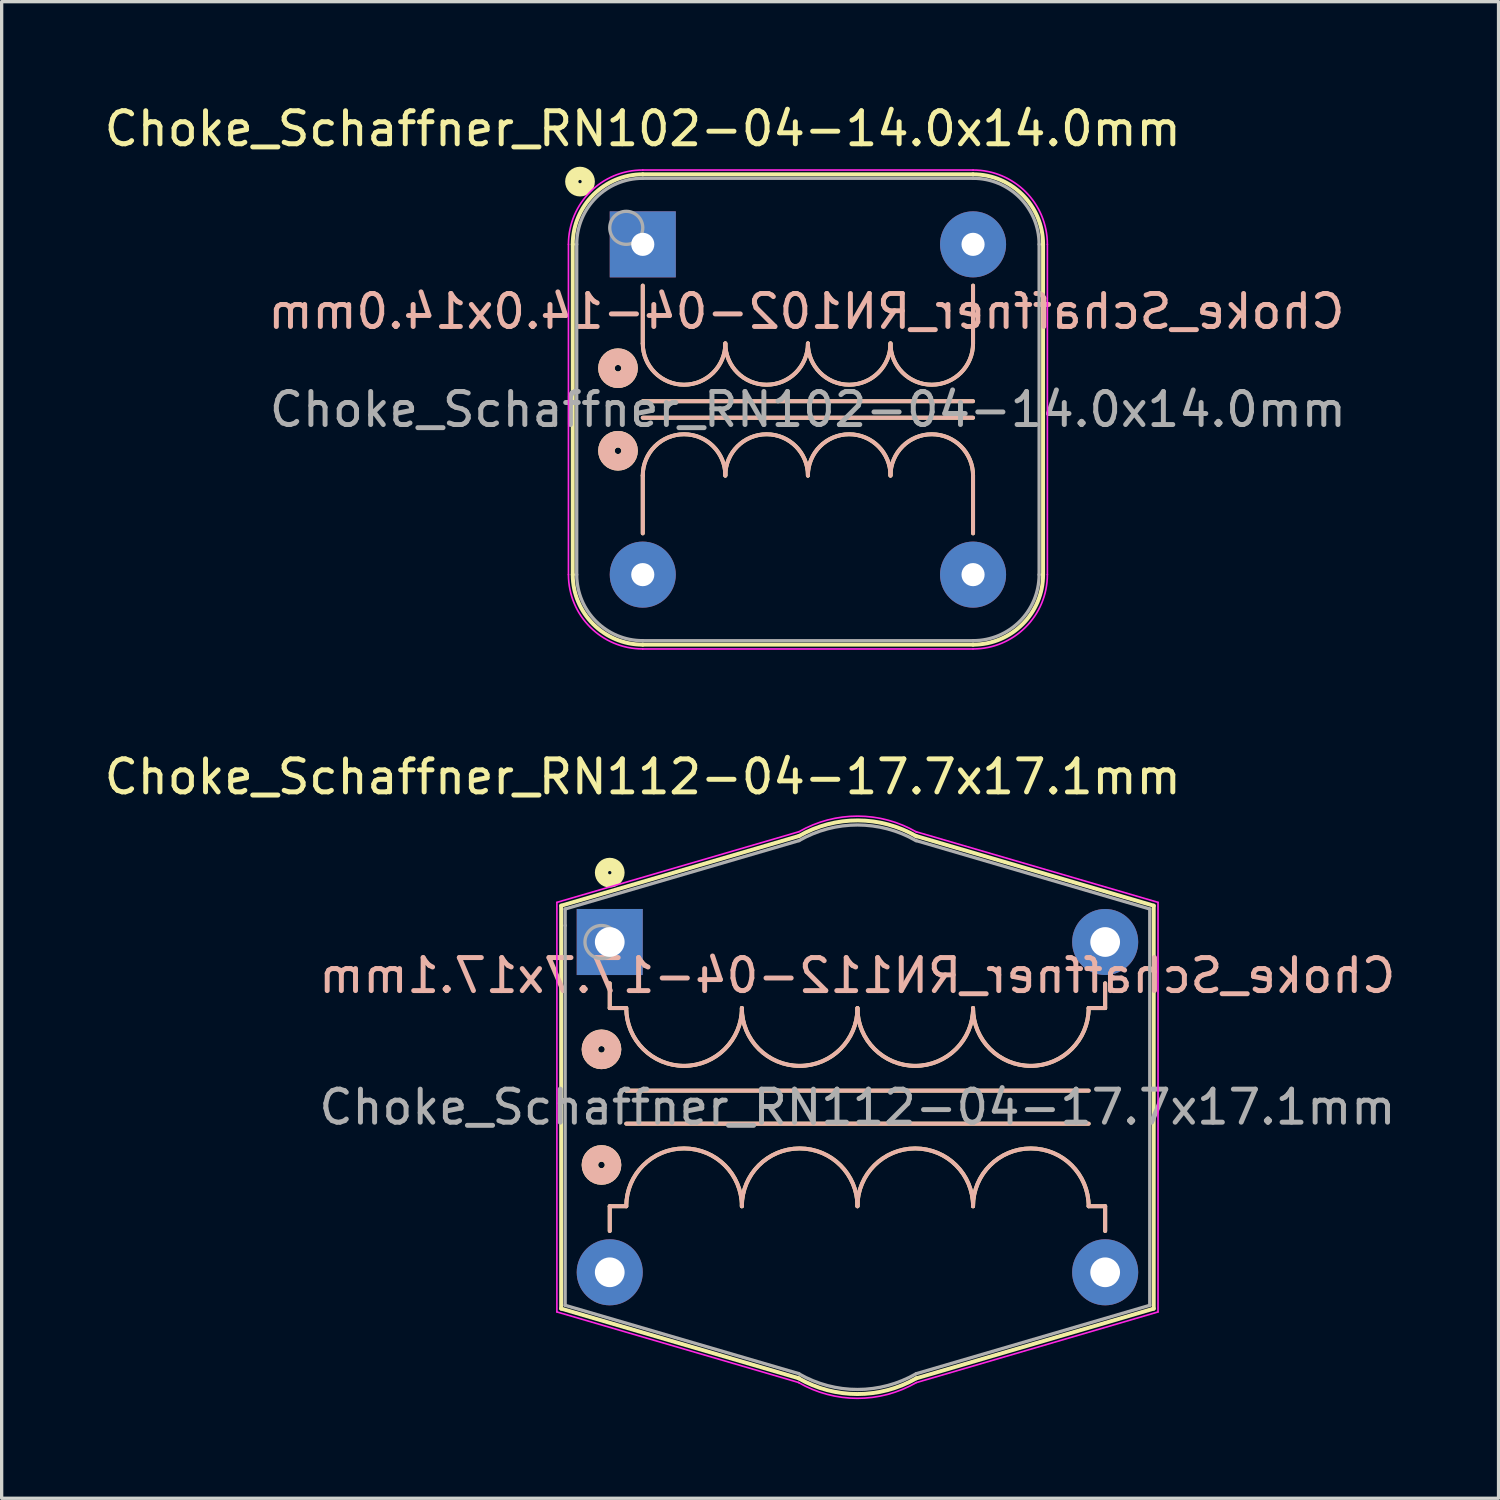
<source format=kicad_pcb>
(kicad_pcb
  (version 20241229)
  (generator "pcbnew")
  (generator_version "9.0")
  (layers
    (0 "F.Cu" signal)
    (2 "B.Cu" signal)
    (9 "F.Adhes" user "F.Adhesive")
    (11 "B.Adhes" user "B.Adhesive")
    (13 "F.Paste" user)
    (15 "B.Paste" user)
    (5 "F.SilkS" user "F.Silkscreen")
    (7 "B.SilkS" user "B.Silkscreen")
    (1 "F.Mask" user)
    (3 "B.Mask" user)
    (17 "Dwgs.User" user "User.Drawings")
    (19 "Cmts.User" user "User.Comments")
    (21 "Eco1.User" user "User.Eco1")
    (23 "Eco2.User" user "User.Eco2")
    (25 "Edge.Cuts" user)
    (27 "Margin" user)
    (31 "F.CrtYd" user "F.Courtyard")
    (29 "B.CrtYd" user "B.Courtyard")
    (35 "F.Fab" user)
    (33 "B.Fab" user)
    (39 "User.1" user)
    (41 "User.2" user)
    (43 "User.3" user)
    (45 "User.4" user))
  (footprint "Choke_Schaffner_RN102-04-14.0x14.0mm"
    (layer "F.Cu")
    (at 16.411 4.348)
    (property "Reference" "Choke_Schaffner_RN102-04-14.0x14.0mm" (at 0 -3.5 0) (layer "F.SilkS") (effects (font (size 1 1) (thickness 0.15))))
    (fp_line (start -2.12 10) (end -2.12 0) (stroke (width 0.12) (type solid)) (layer "F.SilkS"))
    (fp_line (start 0 -2.12) (end 10 -2.12) (stroke (width 0.12) (type solid)) (layer "F.SilkS"))
    (fp_line (start 0 1.25) (end 0 3) (stroke (width 0.12) (type solid)) (layer "F.SilkS"))
    (fp_line (start 0 5.25) (end 10 5.25) (stroke (width 0.12) (type solid)) (layer "F.SilkS"))
    (fp_line (start 0 7) (end 0 8.75) (stroke (width 0.12) (type solid)) (layer "F.SilkS"))
    (fp_line (start 10 1.25) (end 10 3) (stroke (width 0.12) (type solid)) (layer "F.SilkS"))
    (fp_line (start 10 4.75) (end 0 4.75) (stroke (width 0.12) (type solid)) (layer "F.SilkS"))
    (fp_line (start 10 7) (end 10 8.75) (stroke (width 0.12) (type solid)) (layer "F.SilkS"))
    (fp_line (start 10 12.12) (end 0 12.12) (stroke (width 0.12) (type solid)) (layer "F.SilkS"))
    (fp_line (start 12.12 0) (end 12.12 10) (stroke (width 0.12) (type solid)) (layer "F.SilkS"))
    (fp_arc (start -2.12 0) (mid -1.499066 -1.499066) (end 0 -2.12) (stroke (width 0.12) (type solid)) (layer "F.SilkS"))
    (fp_arc (start 0 7) (mid 1.25 5.75) (end 2.5 7) (stroke (width 0.12) (type solid)) (layer "F.SilkS"))
    (fp_arc (start 0 12.12) (mid -1.499066 11.499066) (end -2.12 10) (stroke (width 0.12) (type solid)) (layer "F.SilkS"))
    (fp_arc (start 2.5 3) (mid 1.25 4.25) (end 0 3) (stroke (width 0.12) (type solid)) (layer "F.SilkS"))
    (fp_arc (start 2.5 7) (mid 3.75 5.75) (end 5 7) (stroke (width 0.12) (type solid)) (layer "F.SilkS"))
    (fp_arc (start 5 3) (mid 3.75 4.25) (end 2.5 3) (stroke (width 0.12) (type solid)) (layer "F.SilkS"))
    (fp_arc (start 5 7) (mid 6.25 5.75) (end 7.5 7) (stroke (width 0.12) (type solid)) (layer "F.SilkS"))
    (fp_arc (start 7.5 3) (mid 6.25 4.25) (end 5 3) (stroke (width 0.12) (type solid)) (layer "F.SilkS"))
    (fp_arc (start 7.5 7) (mid 8.75 5.75) (end 10 7) (stroke (width 0.12) (type solid)) (layer "F.SilkS"))
    (fp_arc (start 10 -2.12) (mid 11.499066 -1.499066) (end 12.12 0) (stroke (width 0.12) (type solid)) (layer "F.SilkS"))
    (fp_arc (start 10 3) (mid 8.75 4.25) (end 7.5 3) (stroke (width 0.12) (type solid)) (layer "F.SilkS"))
    (fp_arc (start 12.12 10) (mid 11.499066 11.499066) (end 10 12.12) (stroke (width 0.12) (type solid)) (layer "F.SilkS"))
    (fp_circle (center -1.9 -1.9) (end -1.85 -1.9) (stroke (width 0.4) (type solid)) (fill no) (layer "F.SilkS"))
    (fp_circle (center -0.75 3.75) (end -0.65 3.75) (stroke (width 0.5) (type solid)) (fill no) (layer "F.SilkS"))
    (fp_circle (center -0.75 6.25) (end -0.65 6.25) (stroke (width 0.5) (type solid)) (fill no) (layer "F.SilkS"))
    (fp_line (start 0 3) (end 0 1.25) (stroke (width 0.12) (type solid)) (layer "B.SilkS"))
    (fp_line (start 0 4.75) (end 10 4.75) (stroke (width 0.12) (type solid)) (layer "B.SilkS"))
    (fp_line (start 0 8.75) (end 0 7) (stroke (width 0.12) (type solid)) (layer "B.SilkS"))
    (fp_line (start 10 3) (end 10 1.25) (stroke (width 0.12) (type solid)) (layer "B.SilkS"))
    (fp_line (start 10 5.25) (end 0 5.25) (stroke (width 0.12) (type solid)) (layer "B.SilkS"))
    (fp_line (start 10 8.75) (end 10 7) (stroke (width 0.12) (type solid)) (layer "B.SilkS"))
    (fp_arc (start 0 7) (mid 1.25 5.75) (end 2.5 7) (stroke (width 0.12) (type solid)) (layer "B.SilkS"))
    (fp_arc (start 2.5 3) (mid 1.25 4.25) (end 0 3) (stroke (width 0.12) (type solid)) (layer "B.SilkS"))
    (fp_arc (start 2.5 7) (mid 3.75 5.75) (end 5 7) (stroke (width 0.12) (type solid)) (layer "B.SilkS"))
    (fp_arc (start 5 3) (mid 3.75 4.25) (end 2.5 3) (stroke (width 0.12) (type solid)) (layer "B.SilkS"))
    (fp_arc (start 5 7) (mid 6.25 5.75) (end 7.5 7) (stroke (width 0.12) (type solid)) (layer "B.SilkS"))
    (fp_arc (start 7.5 3) (mid 6.25 4.25) (end 5 3) (stroke (width 0.12) (type solid)) (layer "B.SilkS"))
    (fp_arc (start 7.5 7) (mid 8.75 5.75) (end 10 7) (stroke (width 0.12) (type solid)) (layer "B.SilkS"))
    (fp_arc (start 10 3) (mid 8.75 4.25) (end 7.5 3) (stroke (width 0.12) (type solid)) (layer "B.SilkS"))
    (fp_circle (center -0.75 3.75) (end -0.65 3.75) (stroke (width 0.5) (type solid)) (fill no) (layer "B.SilkS"))
    (fp_circle (center -0.75 6.25) (end -0.65 6.25) (stroke (width 0.5) (type solid)) (fill no) (layer "B.SilkS"))
    (fp_line (start -2.25 10) (end -2.25 0) (stroke (width 0.05) (type solid)) (layer "F.CrtYd"))
    (fp_line (start 0 -2.25) (end 10 -2.25) (stroke (width 0.05) (type solid)) (layer "F.CrtYd"))
    (fp_line (start 10 12.25) (end 0 12.25) (stroke (width 0.05) (type solid)) (layer "F.CrtYd"))
    (fp_line (start 12.25 0) (end 12.25 10) (stroke (width 0.05) (type solid)) (layer "F.CrtYd"))
    (fp_arc (start -2.25 0) (mid -1.59099 -1.59099) (end 0 -2.25) (stroke (width 0.05) (type solid)) (layer "F.CrtYd"))
    (fp_arc (start 0 12.25) (mid -1.59099 11.59099) (end -2.25 10) (stroke (width 0.05) (type solid)) (layer "F.CrtYd"))
    (fp_arc (start 10 -2.25) (mid 11.59099 -1.59099) (end 12.25 0) (stroke (width 0.05) (type solid)) (layer "F.CrtYd"))
    (fp_arc (start 12.25 10) (mid 11.59099 11.59099) (end 10 12.25) (stroke (width 0.05) (type solid)) (layer "F.CrtYd"))
    (fp_line (start -2 10) (end -2 0) (stroke (width 0.1) (type solid)) (layer "F.Fab"))
    (fp_line (start 0 -2) (end 10 -2) (stroke (width 0.1) (type solid)) (layer "F.Fab"))
    (fp_line (start 10 12) (end 0 12) (stroke (width 0.1) (type solid)) (layer "F.Fab"))
    (fp_line (start 12 0) (end 12 10) (stroke (width 0.1) (type solid)) (layer "F.Fab"))
    (fp_arc (start -2 0) (mid -1.414214 -1.414214) (end 0 -2) (stroke (width 0.1) (type solid)) (layer "F.Fab"))
    (fp_arc (start 0 12) (mid -1.414214 11.414214) (end -2 10) (stroke (width 0.1) (type solid)) (layer "F.Fab"))
    (fp_arc (start 10 -2) (mid 11.414214 -1.414214) (end 12 0) (stroke (width 0.1) (type solid)) (layer "F.Fab"))
    (fp_arc (start 12 10) (mid 11.414214 11.414214) (end 10 12) (stroke (width 0.1) (type solid)) (layer "F.Fab"))
    (fp_circle (center -0.5 -0.5) (end 0.000001 -0.5) (stroke (width 0.1) (type solid)) (fill no) (layer "F.Fab"))
    (fp_text user "${REFERENCE}" (at 4.953 2.032 0) (layer "B.SilkS") (effects (font (size 1 1) (thickness 0.15)) (justify mirror)))
    (fp_text user "${REFERENCE}" (at 5 5 0) (layer "F.Fab") (effects (font (size 1 1) (thickness 0.15))))
    (pad "1" thru_hole rect (at 0 0) (size 2 2) (drill 0.7) (layers "*.Cu" "*.Mask"))
    (pad "2" thru_hole circle (at 10 0) (size 2 2) (drill 0.7) (layers "*.Cu" "*.Mask"))
    (pad "3" thru_hole circle (at 0 10) (size 2 2) (drill 0.7) (layers "*.Cu" "*.Mask"))
    (pad "4" thru_hole circle (at 10 10) (size 2 2) (drill 0.7) (layers "*.Cu" "*.Mask")))
  (footprint "Choke_Schaffner_RN112-04-17.7x17.1mm"
    (layer "F.Cu")
    (at 15.411 25.471)
    (property "Reference" "Choke_Schaffner_RN112-04-17.7x17.1mm" (at 1 -5 0) (layer "F.SilkS") (effects (font (size 1 1) (thickness 0.15))))
    (fp_line (start -1.47 -1.1) (end 5.73 -3.21) (stroke (width 0.12) (type solid)) (layer "F.SilkS"))
    (fp_line (start -1.47 11.1) (end -1.47 -1.1) (stroke (width 0.12) (type solid)) (layer "F.SilkS"))
    (fp_line (start 0 2) (end 0 1.25) (stroke (width 0.12) (type solid)) (layer "F.SilkS"))
    (fp_line (start 0 8) (end 0 8.75) (stroke (width 0.12) (type solid)) (layer "F.SilkS"))
    (fp_line (start 0.5 2) (end 0 2) (stroke (width 0.12) (type solid)) (layer "F.SilkS"))
    (fp_line (start 0.5 5.5) (end 14.5 5.5) (stroke (width 0.12) (type solid)) (layer "F.SilkS"))
    (fp_line (start 0.5 8) (end 0 8) (stroke (width 0.12) (type solid)) (layer "F.SilkS"))
    (fp_line (start 5.73 13.21) (end -1.47 11.1) (stroke (width 0.12) (type solid)) (layer "F.SilkS"))
    (fp_line (start 9.27 -3.21) (end 16.47 -1.1) (stroke (width 0.12) (type solid)) (layer "F.SilkS"))
    (fp_line (start 14.5 2) (end 15 2) (stroke (width 0.12) (type solid)) (layer "F.SilkS"))
    (fp_line (start 14.5 4.5) (end 0.5 4.5) (stroke (width 0.12) (type solid)) (layer "F.SilkS"))
    (fp_line (start 14.5 8) (end 15 8) (stroke (width 0.12) (type solid)) (layer "F.SilkS"))
    (fp_line (start 15 2) (end 15 1.25) (stroke (width 0.12) (type solid)) (layer "F.SilkS"))
    (fp_line (start 15 8) (end 15 8.75) (stroke (width 0.12) (type solid)) (layer "F.SilkS"))
    (fp_line (start 16.47 -1.1) (end 16.47 11.1) (stroke (width 0.12) (type solid)) (layer "F.SilkS"))
    (fp_line (start 16.47 11.1) (end 9.28 13.21) (stroke (width 0.12) (type solid)) (layer "F.SilkS"))
    (fp_arc (start 0.5 8) (mid 2.25 6.25) (end 4 8) (stroke (width 0.12) (type solid)) (layer "F.SilkS"))
    (fp_arc (start 4 2) (mid 2.25 3.75) (end 0.5 2) (stroke (width 0.12) (type solid)) (layer "F.SilkS"))
    (fp_arc (start 4 8) (mid 5.75 6.25) (end 7.5 8) (stroke (width 0.12) (type solid)) (layer "F.SilkS"))
    (fp_arc (start 5.73 -3.21) (mid 7.512135 -3.681018) (end 9.291018 -3.197865) (stroke (width 0.12) (type solid)) (layer "F.SilkS"))
    (fp_arc (start 7.5 2) (mid 5.75 3.75) (end 4 2) (stroke (width 0.12) (type solid)) (layer "F.SilkS"))
    (fp_arc (start 7.5 8) (mid 9.25 6.25) (end 11 8) (stroke (width 0.12) (type solid)) (layer "F.SilkS"))
    (fp_arc (start 9.28 13.21) (mid 7.496525 13.686018) (end 5.713982 13.206525) (stroke (width 0.12) (type solid)) (layer "F.SilkS"))
    (fp_arc (start 11 2) (mid 9.25 3.75) (end 7.5 2) (stroke (width 0.12) (type solid)) (layer "F.SilkS"))
    (fp_arc (start 11 8) (mid 12.75 6.25) (end 14.5 8) (stroke (width 0.12) (type solid)) (layer "F.SilkS"))
    (fp_arc (start 14.5 2) (mid 12.75 3.75) (end 11 2) (stroke (width 0.12) (type solid)) (layer "F.SilkS"))
    (fp_circle (center -0.25 3.25) (end -0.15 3.25) (stroke (width 0.5) (type solid)) (fill no) (layer "F.SilkS"))
    (fp_circle (center -0.25 6.75) (end -0.15 6.75) (stroke (width 0.5) (type solid)) (fill no) (layer "F.SilkS"))
    (fp_circle (center 0 -2.1) (end 0.05 -2.1) (stroke (width 0.4) (type solid)) (fill no) (layer "F.SilkS"))
    (fp_line (start 0 2) (end 0 1.25) (stroke (width 0.12) (type solid)) (layer "B.SilkS"))
    (fp_line (start 0 8) (end 0 8.75) (stroke (width 0.12) (type solid)) (layer "B.SilkS"))
    (fp_line (start 0.5 2) (end 0 2) (stroke (width 0.12) (type solid)) (layer "B.SilkS"))
    (fp_line (start 0.5 4.5) (end 14.5 4.5) (stroke (width 0.12) (type solid)) (layer "B.SilkS"))
    (fp_line (start 0.5 8) (end 0 8) (stroke (width 0.12) (type solid)) (layer "B.SilkS"))
    (fp_line (start 14.5 2) (end 15 2) (stroke (width 0.12) (type solid)) (layer "B.SilkS"))
    (fp_line (start 14.5 5.5) (end 0.5 5.5) (stroke (width 0.12) (type solid)) (layer "B.SilkS"))
    (fp_line (start 14.5 8) (end 15 8) (stroke (width 0.12) (type solid)) (layer "B.SilkS"))
    (fp_line (start 15 2) (end 15 1.25) (stroke (width 0.12) (type solid)) (layer "B.SilkS"))
    (fp_line (start 15 8) (end 15 8.75) (stroke (width 0.12) (type solid)) (layer "B.SilkS"))
    (fp_arc (start 0.5 8) (mid 2.25 6.25) (end 4 8) (stroke (width 0.12) (type solid)) (layer "B.SilkS"))
    (fp_arc (start 4 2) (mid 2.25 3.75) (end 0.5 2) (stroke (width 0.12) (type solid)) (layer "B.SilkS"))
    (fp_arc (start 4 8) (mid 5.75 6.25) (end 7.5 8) (stroke (width 0.12) (type solid)) (layer "B.SilkS"))
    (fp_arc (start 7.5 2) (mid 5.75 3.75) (end 4 2) (stroke (width 0.12) (type solid)) (layer "B.SilkS"))
    (fp_arc (start 7.5 8) (mid 9.25 6.25) (end 11 8) (stroke (width 0.12) (type solid)) (layer "B.SilkS"))
    (fp_arc (start 11 2) (mid 9.25 3.75) (end 7.5 2) (stroke (width 0.12) (type solid)) (layer "B.SilkS"))
    (fp_arc (start 11 8) (mid 12.75 6.25) (end 14.5 8) (stroke (width 0.12) (type solid)) (layer "B.SilkS"))
    (fp_arc (start 14.5 2) (mid 12.75 3.75) (end 11 2) (stroke (width 0.12) (type solid)) (layer "B.SilkS"))
    (fp_circle (center -0.25 3.25) (end -0.15 3.25) (stroke (width 0.5) (type solid)) (fill no) (layer "B.SilkS"))
    (fp_circle (center -0.25 6.75) (end -0.15 6.75) (stroke (width 0.5) (type solid)) (fill no) (layer "B.SilkS"))
    (fp_line (start -1.6 -1.2) (end 5.73 -3.34) (stroke (width 0.05) (type solid)) (layer "F.CrtYd"))
    (fp_line (start -1.6 11.2) (end -1.6 -1.2) (stroke (width 0.05) (type solid)) (layer "F.CrtYd"))
    (fp_line (start 5.73 13.34) (end -1.6 11.2) (stroke (width 0.05) (type solid)) (layer "F.CrtYd"))
    (fp_line (start 9.27 -3.34) (end 16.6 -1.2) (stroke (width 0.05) (type solid)) (layer "F.CrtYd"))
    (fp_line (start 16.6 -1.2) (end 16.6 11.2) (stroke (width 0.05) (type solid)) (layer "F.CrtYd"))
    (fp_line (start 16.6 11.2) (end 9.28 13.34) (stroke (width 0.05) (type solid)) (layer "F.CrtYd"))
    (fp_arc (start 5.73 -3.34) (mid 7.512135 -3.811018) (end 9.291018 -3.327865) (stroke (width 0.05) (type solid)) (layer "F.CrtYd"))
    (fp_arc (start 9.28 13.34) (mid 7.496525 13.816018) (end 5.713982 13.336525) (stroke (width 0.05) (type solid)) (layer "F.CrtYd"))
    (fp_line (start -1.35 -1) (end 5.73 -3.07) (stroke (width 0.1) (type solid)) (layer "F.Fab"))
    (fp_line (start -1.35 -0.5) (end -1.35 -1) (stroke (width 0.1) (type solid)) (layer "F.Fab"))
    (fp_line (start -1.35 11) (end -1.35 -0.5) (stroke (width 0.1) (type solid)) (layer "F.Fab"))
    (fp_line (start 5.73 13.07) (end -1.35 11) (stroke (width 0.1) (type solid)) (layer "F.Fab"))
    (fp_line (start 9.28 -3.07) (end 16.35 -1) (stroke (width 0.1) (type solid)) (layer "F.Fab"))
    (fp_line (start 16.35 -1) (end 16.35 11) (stroke (width 0.1) (type solid)) (layer "F.Fab"))
    (fp_line (start 16.35 11) (end 9.28 13.07) (stroke (width 0.1) (type solid)) (layer "F.Fab"))
    (fp_arc (start 5.73 -3.07) (mid 7.502135 -3.543698) (end 9.273698 -3.067865) (stroke (width 0.1) (type solid)) (layer "F.Fab"))
    (fp_arc (start 9.28 13.07) (mid 7.506525 13.548698) (end 5.731302 13.076525) (stroke (width 0.1) (type solid)) (layer "F.Fab"))
    (fp_circle (center -0.25 0) (end 0.25 0) (stroke (width 0.1) (type solid)) (fill no) (layer "F.Fab"))
    (fp_text user "${REFERENCE}" (at 7.493 1.016 0) (layer "B.SilkS") (effects (font (size 1 1) (thickness 0.15)) (justify mirror)))
    (fp_text user "${REFERENCE}" (at 7.5 5 0) (layer "F.Fab") (effects (font (size 1 1) (thickness 0.15))))
    (pad "1" thru_hole rect (at 0 0) (size 2 2) (drill 0.9) (layers "*.Cu" "*.Mask"))
    (pad "2" thru_hole circle (at 15 0) (size 2 2) (drill 0.9) (layers "*.Cu" "*.Mask"))
    (pad "3" thru_hole circle (at 0 10) (size 2 2) (drill 0.9) (layers "*.Cu" "*.Mask"))
    (pad "4" thru_hole circle (at 15 10) (size 2 2) (drill 0.9) (layers "*.Cu" "*.Mask")))
  (gr_rect
    (start -3 -3)
    (end 42.321 42.313)
    (stroke (width 0.1) (type default))
    (fill no)
    (layer "Edge.Cuts")))
</source>
